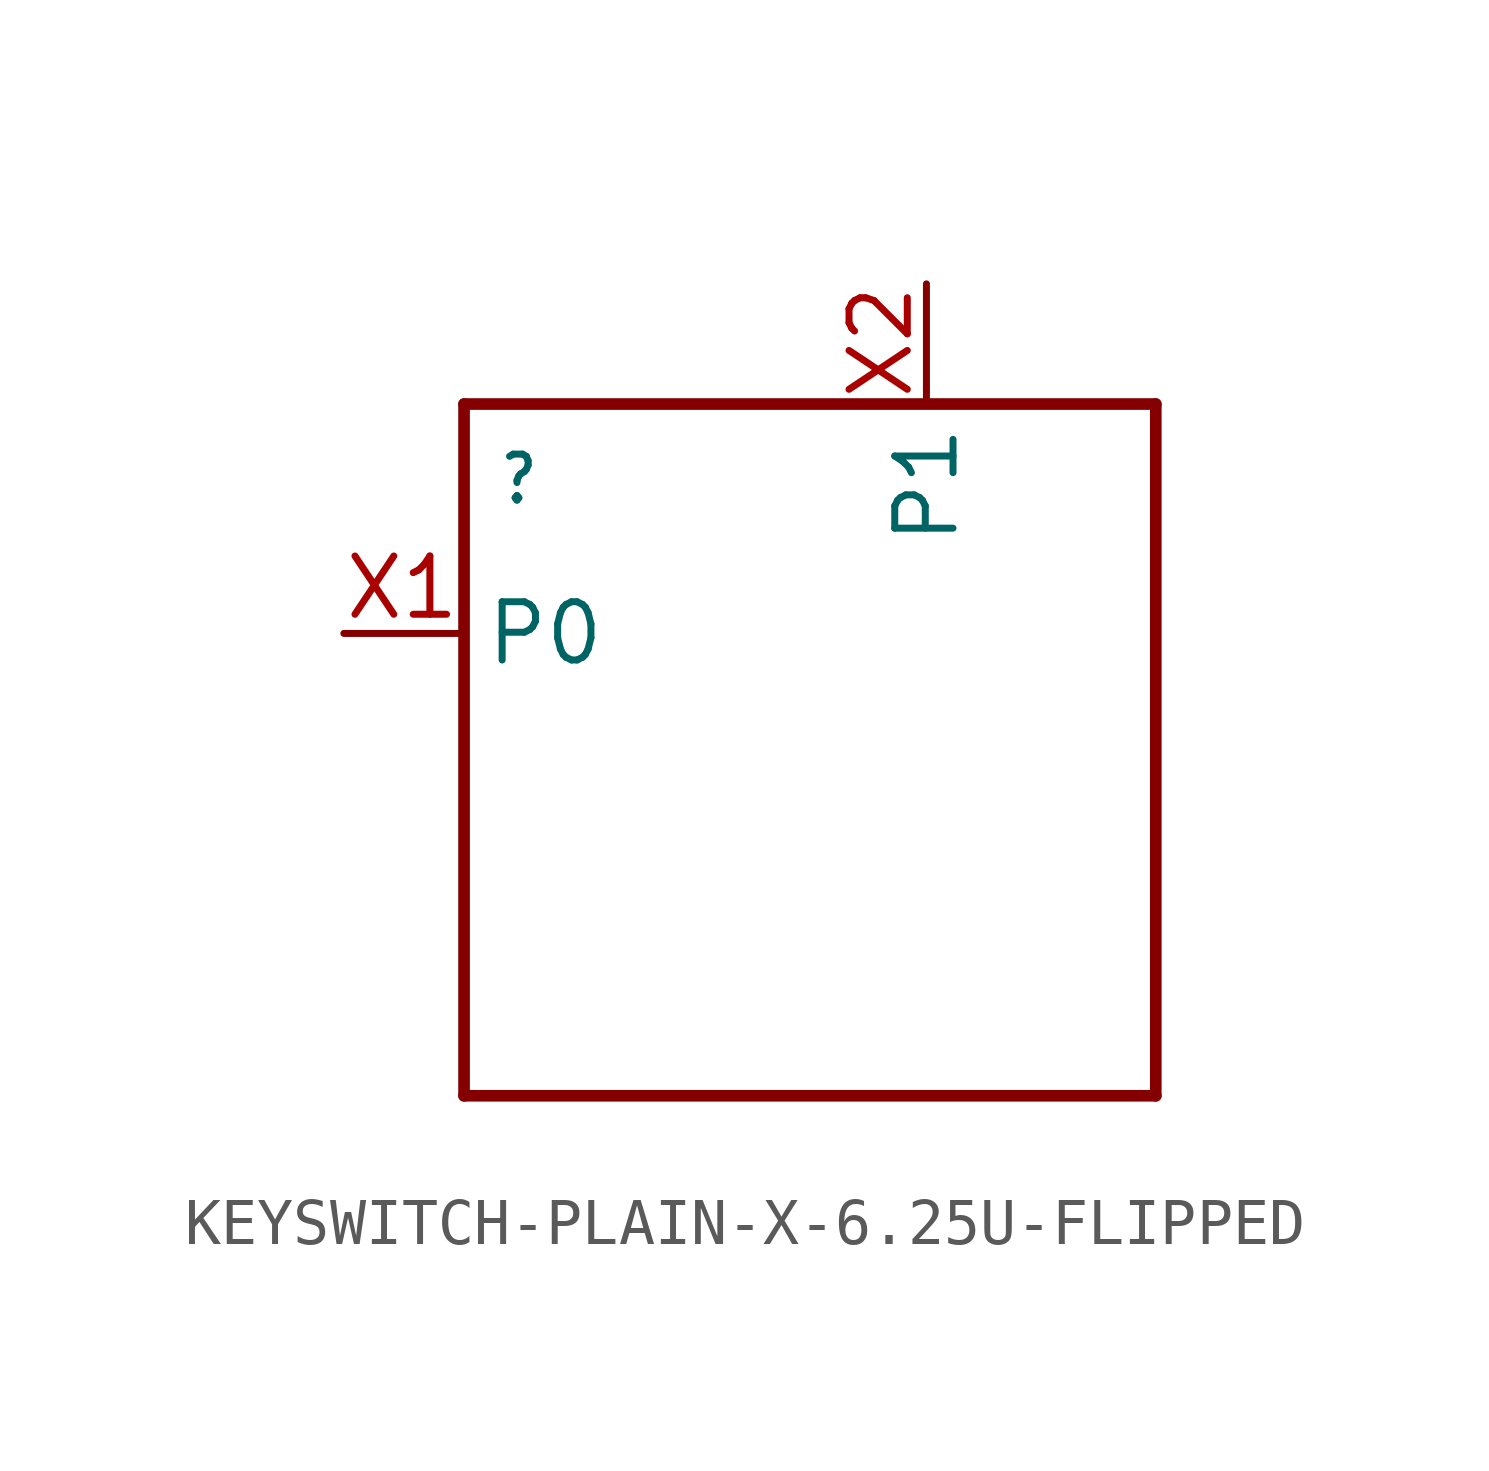
<source format=kicad_sym>
(kicad_symbol_lib
  (version 20211014)
  (generator kicad_symbol_editor)
  (symbol "KEYSWITCH-PLAIN-X-6.25U-FLIPPED"
    (property "Reference" ""
      (at -6.81 5.318 0)
      (effects (font (size 1 0.85)) (justify left bottom)))
    (property "ki_locked" ""
      (at 0 0 0)
      (effects (font (size 1.27 1.27))))
    (symbol "KEYSWITCH-PLAIN-X-6.25U-FLIPPED_1_0"
      (polyline (pts (xy -7.54 -7.54) (xy -7.54 7.54)) (stroke (width 0.254) (type default) (color 0 0 0 0)) (fill (type none)))
      (polyline (pts (xy -7.54 7.54) (xy 7.54 7.54)) (stroke (width 0.254) (type default) (color 0 0 0 0)) (fill (type none)))
      (polyline (pts (xy 7.54 -7.54) (xy -7.54 -7.54)) (stroke (width 0.254) (type default) (color 0 0 0 0)) (fill (type none)))
      (polyline (pts (xy 7.54 7.54) (xy 7.54 -7.54)) (stroke (width 0.254) (type default) (color 0 0 0 0)) (fill (type none)))
      (pin bidirectional line (at -10.16 2.54 0) (length 2.54) (name "P0" (effects (font (size 1.27 1.27)))) (number "X1" (effects (font (size 1.27 1.27)))))
      (pin bidirectional line (at 2.54 10.16 270) (length 2.54) (name "P1" (effects (font (size 1.27 1.27)))) (number "X2" (effects (font (size 1.27 1.27))))))))
</source>
